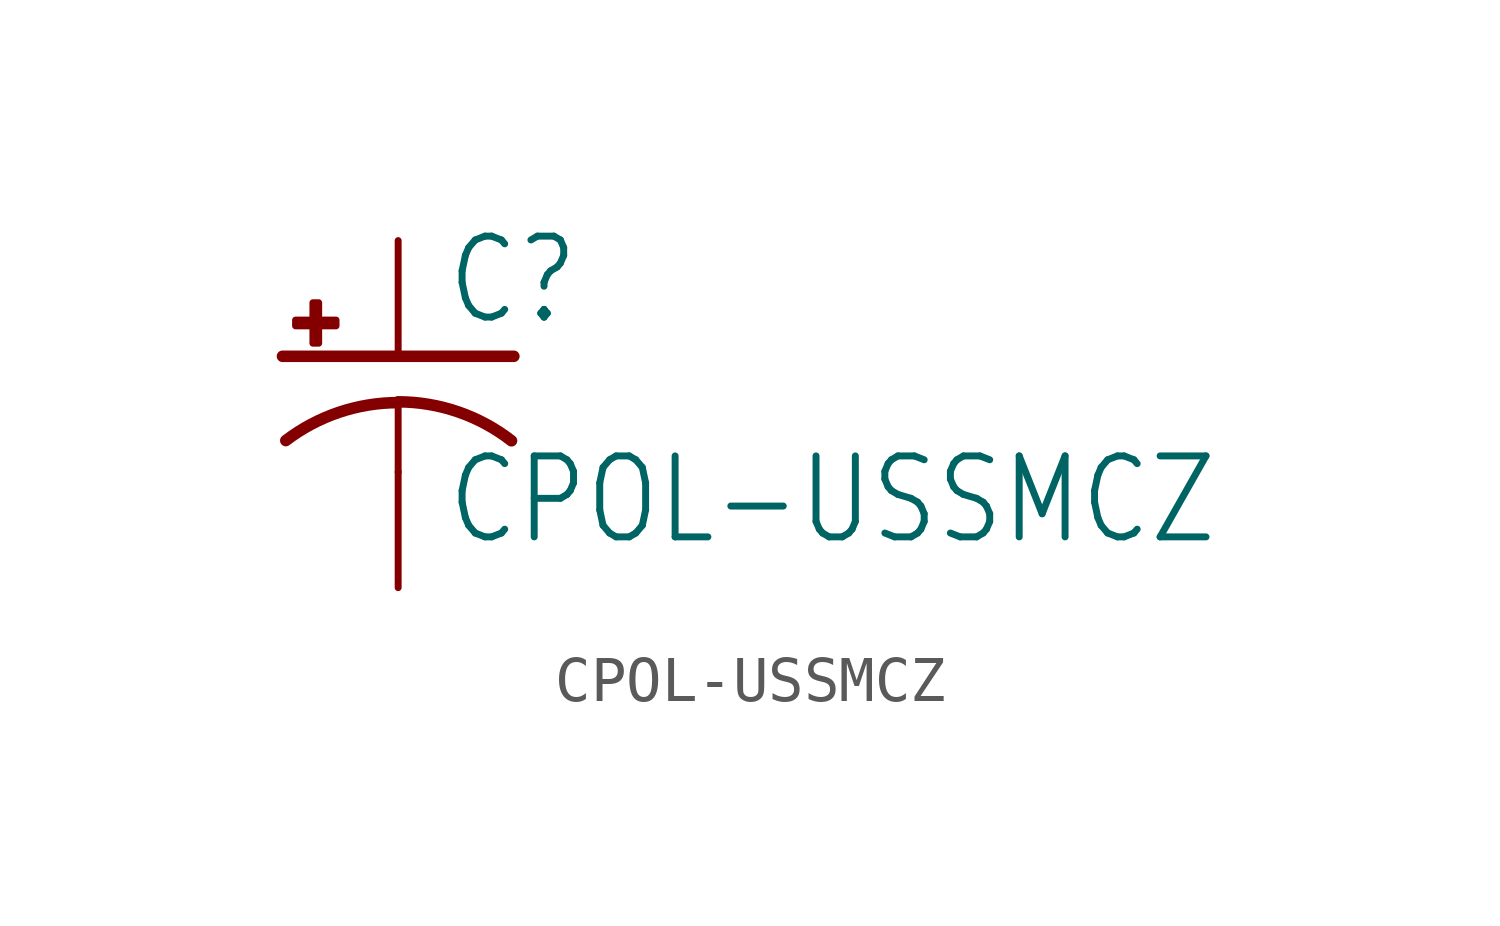
<source format=kicad_sym>
(kicad_symbol_lib
  (version 20211014)
  (generator kicad_symbol_editor)
  (symbol "CPOL-USSMCZ"
    (property "Reference" "C"
      (at 1.016 0.635 0)
      (effects (font (size 1.778 1.511)) (justify left bottom)))
    (property "Value" "CPOL-USSMCZ"
      (at 1.016 -4.191 0)
      (effects (font (size 1.778 1.511)) (justify left bottom)))
    (property "ki_locked" ""
      (at 0 0 0)
      (effects (font (size 1.27 1.27))))
    (symbol "CPOL-USSMCZ_1_0"
      (rectangle (start -2.253 0.668) (end -1.364 0.795) (stroke (width 0) (type default) (color 0 0 0 0)) (fill (type outline)))
      (rectangle (start -1.872 0.287) (end -1.745 1.176) (stroke (width 0) (type default) (color 0 0 0 0)) (fill (type outline)))
      (arc (start 0 -1.0161) (mid -1.3021 -1.2302) (end -2.4669 -1.8504) (stroke (width 0.254) (type default) (color 0 0 0 0)) (fill (type none)))
      (polyline (pts (xy -2.54 0) (xy 2.54 0)) (stroke (width 0.254) (type default) (color 0 0 0 0)) (fill (type none)))
      (polyline (pts (xy 0 -1.016) (xy 0 -2.54)) (stroke (width 0.152) (type default) (color 0 0 0 0)) (fill (type none)))
      (arc (start 2.4892 -1.8542) (mid 1.3158 -1.2195) (end 0 -1) (stroke (width 0.254) (type default) (color 0 0 0 0)) (fill (type none)))
      (pin passive line (at 0 2.54 270) (length 2.54) (name "+" (effects (font (size 0 0)))) (number "+" (effects (font (size 0 0)))))
      (pin passive line (at 0 -5.08 90) (length 2.54) (name "-" (effects (font (size 0 0)))) (number "-" (effects (font (size 0 0))))))))
</source>
